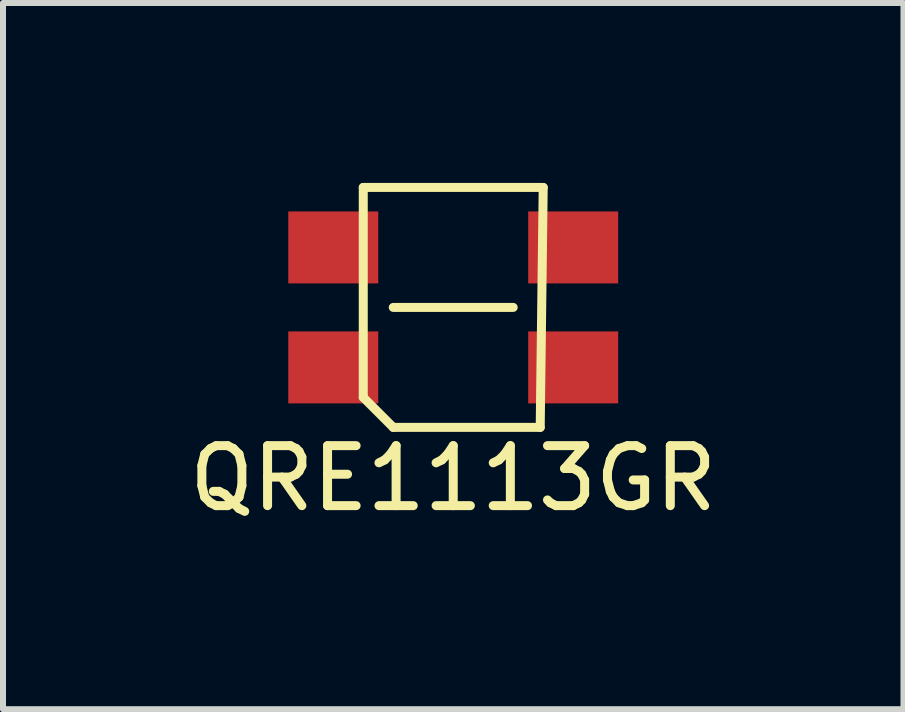
<source format=kicad_pcb>
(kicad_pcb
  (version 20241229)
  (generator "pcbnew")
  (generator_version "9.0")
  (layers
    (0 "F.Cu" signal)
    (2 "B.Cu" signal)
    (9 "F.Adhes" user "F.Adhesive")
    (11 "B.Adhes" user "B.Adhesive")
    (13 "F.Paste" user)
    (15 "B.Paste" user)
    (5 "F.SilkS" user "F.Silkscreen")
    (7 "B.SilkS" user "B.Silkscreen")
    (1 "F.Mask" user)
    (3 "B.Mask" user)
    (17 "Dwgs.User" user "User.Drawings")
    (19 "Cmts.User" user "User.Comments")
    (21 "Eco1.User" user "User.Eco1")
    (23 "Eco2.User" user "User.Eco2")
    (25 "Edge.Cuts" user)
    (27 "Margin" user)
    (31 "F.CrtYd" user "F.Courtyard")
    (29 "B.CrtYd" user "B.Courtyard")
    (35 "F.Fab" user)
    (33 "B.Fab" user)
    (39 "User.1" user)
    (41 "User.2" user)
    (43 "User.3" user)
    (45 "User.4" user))
  (footprint "QRE1113GR"
    (layer "F.Cu")
    (at 4.506 2.075)
    (property "Reference" "QRE1113GR" (at 0 2.85 0) (layer "F.SilkS") (effects (font (size 1 1) (thickness 0.15))))
    (attr through_hole)
    (fp_line (start -1.5 -2) (end 1.5 -2) (stroke (width 0.15) (type solid)) (layer "F.SilkS"))
    (fp_line (start -1.5 1.5) (end -1.5 -2) (stroke (width 0.15) (type solid)) (layer "F.SilkS"))
    (fp_line (start -1 0) (end 1 0) (stroke (width 0.15) (type solid)) (layer "F.SilkS"))
    (fp_line (start -1 2) (end -1.5 1.5) (stroke (width 0.15) (type solid)) (layer "F.SilkS"))
    (fp_line (start 1.45 2) (end -1 2) (stroke (width 0.15) (type solid)) (layer "F.SilkS"))
    (fp_line (start 1.5 -2) (end 1.45 2) (stroke (width 0.15) (type solid)) (layer "F.SilkS"))
    (pad "1" smd rect (at -2 1) (size 1.5 1.2) (layers "F.Cu" "F.Mask" "F.Paste"))
    (pad "2" smd rect (at 2 1) (size 1.5 1.2) (layers "F.Cu" "F.Mask" "F.Paste"))
    (pad "3" smd rect (at 2 -1) (size 1.5 1.2) (layers "F.Cu" "F.Mask" "F.Paste"))
    (pad "4" smd rect (at -2 -1) (size 1.5 1.2) (layers "F.Cu" "F.Mask" "F.Paste")))
  (gr_rect
    (start -3 -3)
    (end 12.012 8.773)
    (stroke (width 0.1) (type default))
    (fill no)
    (layer "Edge.Cuts")))
</source>
